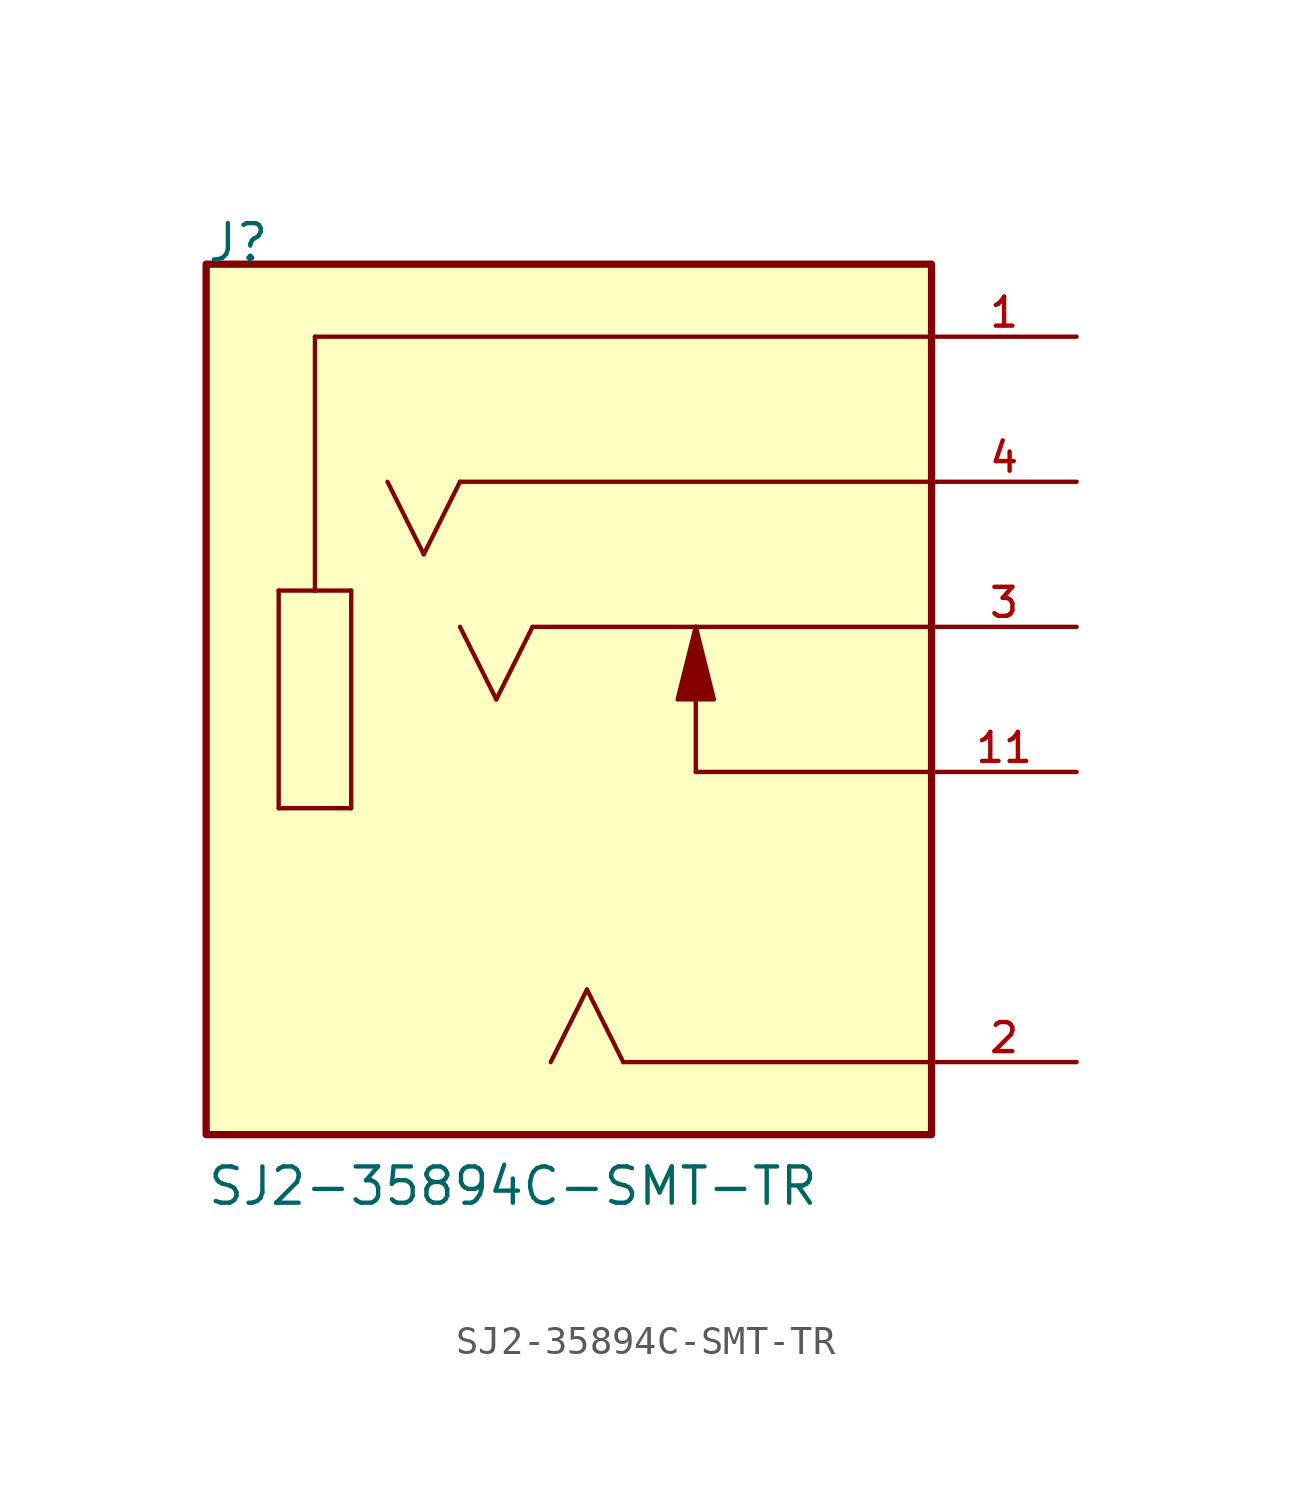
<source format=kicad_sym>
(kicad_symbol_lib
  (version 20211014)
  (generator kicad_symbol_editor)
  (symbol "SJ2-35894C-SMT-TR"
    (pin_names
      (offset 1.016))
    (property "Reference" "J"
      (at -12.704 15.244 0)
      (effects (font (size 1.27 1.27)) (justify bottom left)))
    (property "Value" "SJ2-35894C-SMT-TR"
      (at -12.705 -17.787 0)
      (effects (font (size 1.27 1.27)) (justify bottom left)))
    (symbol "SJ2-35894C-SMT-TR_0_0"
      (polyline (pts (xy 12.7 12.7) (xy -8.89 12.7)) (stroke (width 0.152)))
      (polyline (pts (xy -8.89 12.7) (xy -8.89 3.81)) (stroke (width 0.152)))
      (polyline (pts (xy -8.89 3.81) (xy -7.62 3.81)) (stroke (width 0.152)))
      (polyline (pts (xy -7.62 3.81) (xy -7.62 -3.81)) (stroke (width 0.152)))
      (polyline (pts (xy -7.62 -3.81) (xy -10.16 -3.81)) (stroke (width 0.152)))
      (polyline (pts (xy -10.16 -3.81) (xy -10.16 3.81)) (stroke (width 0.152)))
      (polyline (pts (xy -10.16 3.81) (xy -8.89 3.81)) (stroke (width 0.152)))
      (polyline (pts (xy 12.7 -12.7) (xy 1.905 -12.7)) (stroke (width 0.152)))
      (polyline (pts (xy 1.905 -12.7) (xy 0.635 -10.16)) (stroke (width 0.152)))
      (polyline (pts (xy 0.635 -10.16) (xy -0.635 -12.7)) (stroke (width 0.152)))
      (polyline (pts (xy 12.7 2.54) (xy 4.445 2.54)) (stroke (width 0.152)))
      (polyline (pts (xy 4.445 2.54) (xy -1.27 2.54)) (stroke (width 0.152)))
      (polyline (pts (xy -1.27 2.54) (xy -2.54 0.0)) (stroke (width 0.152)))
      (polyline (pts (xy -2.54 0.0) (xy -3.81 2.54)) (stroke (width 0.152)))
      (polyline (pts (xy 12.7 7.62) (xy -3.81 7.62)) (stroke (width 0.152)))
      (polyline (pts (xy -3.81 7.62) (xy -5.08 5.08)) (stroke (width 0.152)))
      (polyline (pts (xy -5.08 5.08) (xy -6.35 7.62)) (stroke (width 0.152)))
      (polyline (pts (xy 12.7 -2.54) (xy 4.445 -2.54)) (stroke (width 0.152)))
      (polyline (pts (xy 4.445 2.54) (xy 3.81 0.0) (xy 5.08 0.0) (xy 4.445 2.54)) (stroke (width 0.152)) (fill (type outline)))
      (polyline (pts (xy 4.445 -2.54) (xy 4.445 2.54)) (stroke (width 0.152)))
      (rectangle (start -12.7 -15.24) (end 12.7 15.24) (stroke (width 0.254)) (fill (type background)))
      (pin passive line (at 17.78 12.7 180.0) (length 5.08) (name "~" (effects (font (size 1.016 1.016)))) (number "1" (effects (font (size 1.016 1.016)))))
      (pin passive line (at 17.78 -12.7 180.0) (length 5.08) (name "~" (effects (font (size 1.016 1.016)))) (number "2" (effects (font (size 1.016 1.016)))))
      (pin passive line (at 17.78 2.54 180.0) (length 5.08) (name "~" (effects (font (size 1.016 1.016)))) (number "3" (effects (font (size 1.016 1.016)))))
      (pin passive line (at 17.78 7.62 180.0) (length 5.08) (name "~" (effects (font (size 1.016 1.016)))) (number "4" (effects (font (size 1.016 1.016)))))
      (pin passive line (at 17.78 -2.54 180.0) (length 5.08) (name "~" (effects (font (size 1.016 1.016)))) (number "11" (effects (font (size 1.016 1.016))))))))
</source>
